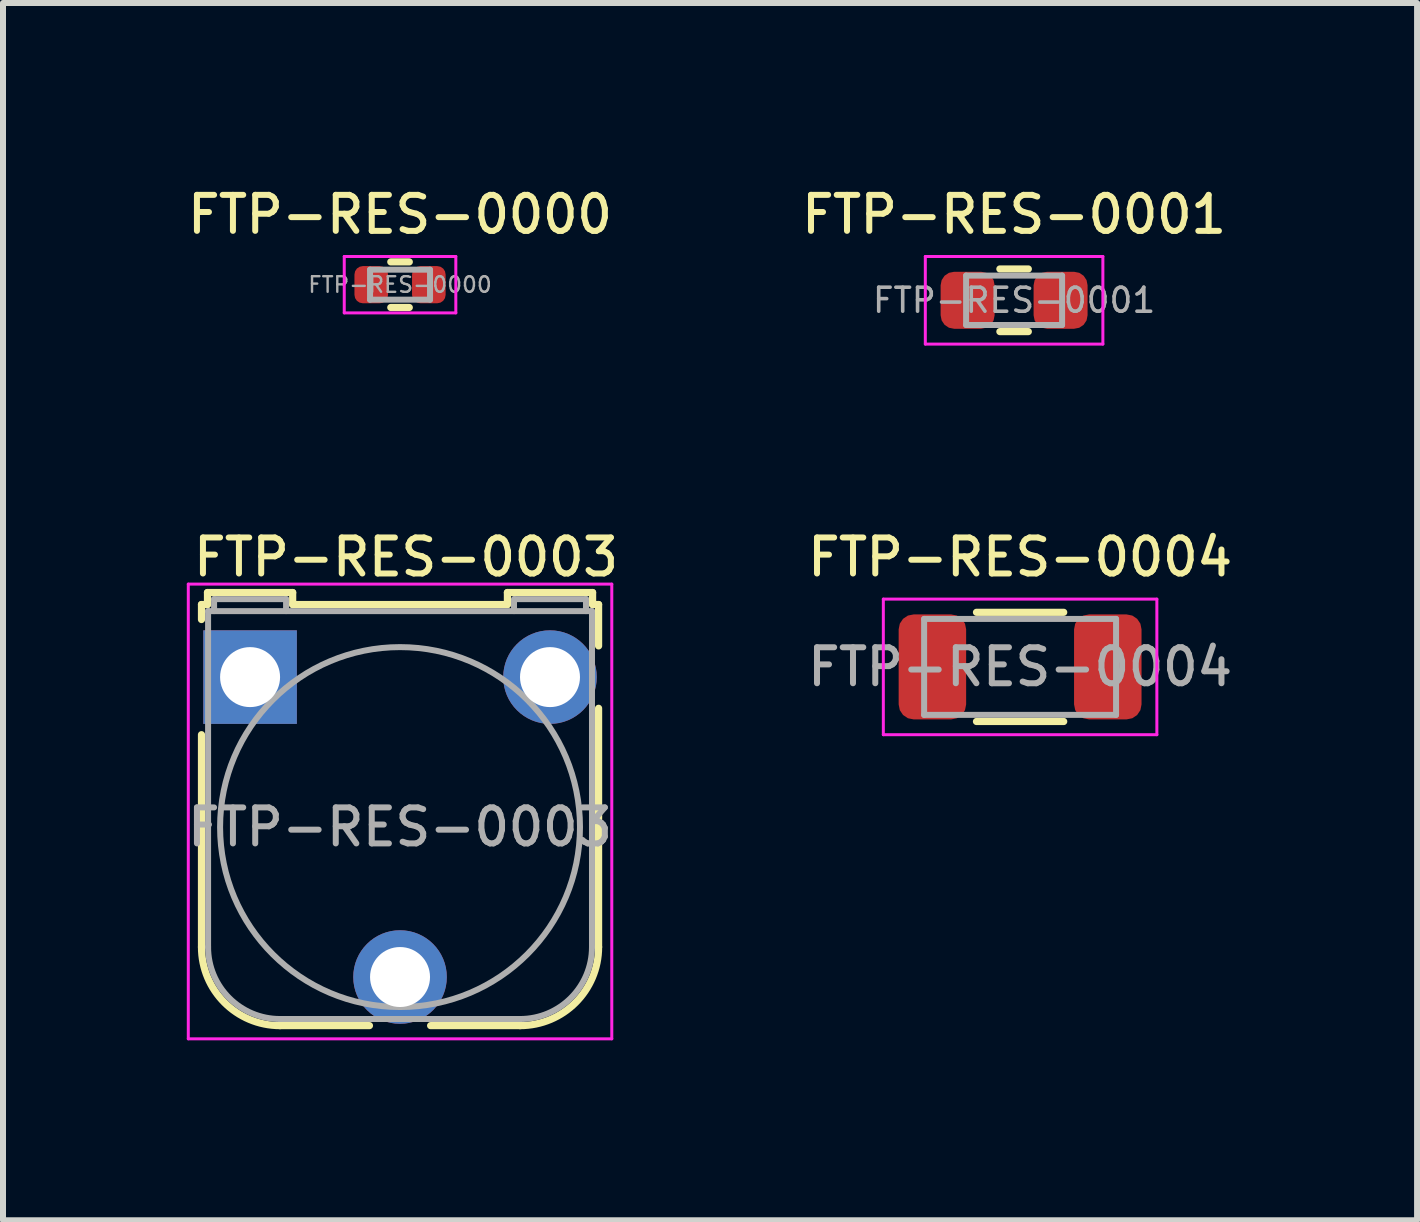
<source format=kicad_pcb>
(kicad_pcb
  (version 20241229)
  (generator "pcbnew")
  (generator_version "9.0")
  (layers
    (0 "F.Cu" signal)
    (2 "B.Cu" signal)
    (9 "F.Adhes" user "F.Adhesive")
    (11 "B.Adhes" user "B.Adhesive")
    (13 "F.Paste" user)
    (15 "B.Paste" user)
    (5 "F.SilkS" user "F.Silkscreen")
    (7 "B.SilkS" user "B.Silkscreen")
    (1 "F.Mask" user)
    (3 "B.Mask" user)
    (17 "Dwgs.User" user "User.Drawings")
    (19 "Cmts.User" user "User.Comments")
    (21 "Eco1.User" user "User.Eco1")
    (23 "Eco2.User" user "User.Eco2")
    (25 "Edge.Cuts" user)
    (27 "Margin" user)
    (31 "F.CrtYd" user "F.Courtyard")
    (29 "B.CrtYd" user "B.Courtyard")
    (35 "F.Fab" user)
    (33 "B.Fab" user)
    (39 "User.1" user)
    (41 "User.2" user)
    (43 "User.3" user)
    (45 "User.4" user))
  (footprint "FTP-RES-0003"
    (layer "F.Cu")
    (at 1.119 8.238)
    (property "Reference" "FTP-RES-0003" (at 2.6 -2 0) (layer "F.SilkS") (effects (font (size 0.6 0.6) (thickness 0.1) (bold yes))))
    (attr through_hole)
    (fp_line (start -0.81 -1.21) (end -0.81 -0.96) (stroke (width 0.12) (type solid)) (layer "F.SilkS"))
    (fp_line (start -0.81 4.5) (end -0.81 0.96) (stroke (width 0.12) (type solid)) (layer "F.SilkS"))
    (fp_line (start -0.71 -1.41) (end -0.71 -1.21) (stroke (width 0.12) (type solid)) (layer "F.SilkS"))
    (fp_line (start -0.71 -1.41) (end 0.71 -1.41) (stroke (width 0.12) (type solid)) (layer "F.SilkS"))
    (fp_line (start -0.71 -1.21) (end -0.81 -1.21) (stroke (width 0.12) (type solid)) (layer "F.SilkS"))
    (fp_line (start 0.71 -1.21) (end 0.71 -1.41) (stroke (width 0.12) (type solid)) (layer "F.SilkS"))
    (fp_line (start 0.71 -1.21) (end 4.29 -1.21) (stroke (width 0.12) (type solid)) (layer "F.SilkS"))
    (fp_line (start 1.99 5.81) (end 0.5 5.81) (stroke (width 0.12) (type solid)) (layer "F.SilkS"))
    (fp_line (start 4.29 -1.41) (end 5.71 -1.41) (stroke (width 0.12) (type solid)) (layer "F.SilkS"))
    (fp_line (start 4.29 -1.21) (end 4.29 -1.41) (stroke (width 0.12) (type solid)) (layer "F.SilkS"))
    (fp_line (start 4.5 5.81) (end 3.01 5.81) (stroke (width 0.12) (type solid)) (layer "F.SilkS"))
    (fp_line (start 5.71 -1.41) (end 5.71 -1.21) (stroke (width 0.12) (type solid)) (layer "F.SilkS"))
    (fp_line (start 5.71 -1.21) (end 5.81 -1.21) (stroke (width 0.12) (type solid)) (layer "F.SilkS"))
    (fp_line (start 5.81 -1.21) (end 5.81 -0.52) (stroke (width 0.12) (type solid)) (layer "F.SilkS"))
    (fp_line (start 5.81 0.52) (end 5.81 4.5) (stroke (width 0.12) (type solid)) (layer "F.SilkS"))
    (fp_arc (start 0.5 5.81) (mid -0.42631 5.42631) (end -0.81 4.5) (stroke (width 0.12) (type solid)) (layer "F.SilkS"))
    (fp_arc (start 5.81 4.5) (mid 5.42631 5.42631) (end 4.5 5.81) (stroke (width 0.12) (type solid)) (layer "F.SilkS"))
    (fp_line (start -1.03 -1.55) (end -1.03 6.03) (stroke (width 0.05) (type solid)) (layer "F.CrtYd"))
    (fp_line (start -1.03 -1.55) (end 6.03 -1.55) (stroke (width 0.05) (type solid)) (layer "F.CrtYd"))
    (fp_line (start 6.03 6.03) (end -1.03 6.03) (stroke (width 0.05) (type solid)) (layer "F.CrtYd"))
    (fp_line (start 6.03 6.03) (end 6.03 -1.55) (stroke (width 0.05) (type solid)) (layer "F.CrtYd"))
    (fp_line (start -0.7 4.5) (end -0.7 -1.1) (stroke (width 0.1) (type solid)) (layer "F.Fab"))
    (fp_line (start -0.6 -1.3) (end 0.6 -1.3) (stroke (width 0.1) (type solid)) (layer "F.Fab"))
    (fp_line (start -0.6 -1.1) (end -0.6 -1.3) (stroke (width 0.1) (type solid)) (layer "F.Fab"))
    (fp_line (start 0.5 5.7) (end 4.5 5.7) (stroke (width 0.1) (type solid)) (layer "F.Fab"))
    (fp_line (start 0.6 -1.3) (end 0.6 -1.1) (stroke (width 0.1) (type solid)) (layer "F.Fab"))
    (fp_line (start 4.4 -1.3) (end 4.4 -1.1) (stroke (width 0.1) (type solid)) (layer "F.Fab"))
    (fp_line (start 5.6 -1.3) (end 4.41 -1.3) (stroke (width 0.1) (type solid)) (layer "F.Fab"))
    (fp_line (start 5.6 -1.1) (end 5.6 -1.3) (stroke (width 0.1) (type solid)) (layer "F.Fab"))
    (fp_line (start 5.7 -1.1) (end -0.7 -1.1) (stroke (width 0.1) (type solid)) (layer "F.Fab"))
    (fp_line (start 5.7 4.5) (end 5.7 -1.1) (stroke (width 0.1) (type solid)) (layer "F.Fab"))
    (fp_arc (start 0.5 5.7) (mid -0.348528 5.348528) (end -0.7 4.5) (stroke (width 0.1) (type solid)) (layer "F.Fab"))
    (fp_arc (start 5.7 4.5) (mid 5.348528 5.348528) (end 4.5 5.7) (stroke (width 0.1) (type solid)) (layer "F.Fab"))
    (fp_circle (center 2.5 2.5) (end 5.5 2.5) (stroke (width 0.1) (type solid)) (fill no) (layer "F.Fab"))
    (fp_text user "${REFERENCE}" (at 2.5 2.5 0) (layer "F.Fab") (effects (font (size 0.6 0.6) (thickness 0.1) (bold yes))))
    (pad "1" thru_hole rect (at 0 0) (size 1.56 1.56) (drill 1) (layers "*.Cu" "*.Mask"))
    (pad "2" thru_hole circle (at 2.5 5) (size 1.56 1.56) (drill 1) (layers "*.Cu" "*.Mask"))
    (pad "3" thru_hole circle (at 5 0) (size 1.56 1.56) (drill 1) (layers "*.Cu" "*.Mask")))
  (footprint "FTP-RES-0001"
    (layer "F.Cu")
    (at 13.856 1.956)
    (property "Reference" "FTP-RES-0001" (at 0 -1.43 0) (layer "F.SilkS") (effects (font (size 0.6 0.6) (thickness 0.1) (bold yes))))
    (attr smd)
    (fp_line (start -0.237 -0.522) (end 0.237 -0.522) (stroke (width 0.12) (type solid)) (layer "F.SilkS"))
    (fp_line (start -0.237 0.522) (end 0.237 0.522) (stroke (width 0.12) (type solid)) (layer "F.SilkS"))
    (fp_line (start -1.48 -0.73) (end 1.48 -0.73) (stroke (width 0.05) (type solid)) (layer "F.CrtYd"))
    (fp_line (start -1.48 0.73) (end -1.48 -0.73) (stroke (width 0.05) (type solid)) (layer "F.CrtYd"))
    (fp_line (start 1.48 -0.73) (end 1.48 0.73) (stroke (width 0.05) (type solid)) (layer "F.CrtYd"))
    (fp_line (start 1.48 0.73) (end -1.48 0.73) (stroke (width 0.05) (type solid)) (layer "F.CrtYd"))
    (fp_line (start -0.8 -0.412) (end 0.8 -0.412) (stroke (width 0.1) (type solid)) (layer "F.Fab"))
    (fp_line (start -0.8 0.412) (end -0.8 -0.412) (stroke (width 0.1) (type solid)) (layer "F.Fab"))
    (fp_line (start 0.8 -0.412) (end 0.8 0.412) (stroke (width 0.1) (type solid)) (layer "F.Fab"))
    (fp_line (start 0.8 0.412) (end -0.8 0.412) (stroke (width 0.1) (type solid)) (layer "F.Fab"))
    (fp_text user "${REFERENCE}" (at 0 0 0) (layer "F.Fab") (effects (font (size 0.4 0.4) (thickness 0.06))))
    (pad "1" smd roundrect (at -0.775 0) (size 0.9 0.95) (layers "F.Cu" "F.Mask" "F.Paste") (roundrect_rratio 0.25))
    (pad "2" smd roundrect (at 0.775 0) (size 0.9 0.95) (layers "F.Cu" "F.Mask" "F.Paste") (roundrect_rratio 0.25)))
  (footprint "FTP-RES-0000"
    (layer "F.Cu")
    (at 3.619 1.696)
    (property "Reference" "FTP-RES-0000" (at 0 -1.17 0) (layer "F.SilkS") (effects (font (size 0.6 0.6) (thickness 0.1) (bold yes))))
    (attr smd)
    (fp_line (start -0.154 -0.38) (end 0.154 -0.38) (stroke (width 0.12) (type solid)) (layer "F.SilkS"))
    (fp_line (start -0.154 0.38) (end 0.154 0.38) (stroke (width 0.12) (type solid)) (layer "F.SilkS"))
    (fp_line (start -0.93 -0.47) (end 0.93 -0.47) (stroke (width 0.05) (type solid)) (layer "F.CrtYd"))
    (fp_line (start -0.93 0.47) (end -0.93 -0.47) (stroke (width 0.05) (type solid)) (layer "F.CrtYd"))
    (fp_line (start 0.93 -0.47) (end 0.93 0.47) (stroke (width 0.05) (type solid)) (layer "F.CrtYd"))
    (fp_line (start 0.93 0.47) (end -0.93 0.47) (stroke (width 0.05) (type solid)) (layer "F.CrtYd"))
    (fp_line (start -0.5 -0.25) (end 0.5 -0.25) (stroke (width 0.1) (type solid)) (layer "F.Fab"))
    (fp_line (start -0.5 0.25) (end -0.5 -0.25) (stroke (width 0.1) (type solid)) (layer "F.Fab"))
    (fp_line (start 0.5 -0.25) (end 0.5 0.25) (stroke (width 0.1) (type solid)) (layer "F.Fab"))
    (fp_line (start 0.5 0.25) (end -0.5 0.25) (stroke (width 0.1) (type solid)) (layer "F.Fab"))
    (fp_text user "${REFERENCE}" (at 0 0 0) (layer "F.Fab") (effects (font (size 0.26 0.26) (thickness 0.04))))
    (pad "1" smd roundrect (at -0.48 0) (size 0.56 0.62) (layers "F.Cu" "F.Mask" "F.Paste") (roundrect_rratio 0.25))
    (pad "2" smd roundrect (at 0.48 0) (size 0.56 0.62) (layers "F.Cu" "F.Mask" "F.Paste") (roundrect_rratio 0.25)))
  (footprint "FTP-RES-0004"
    (layer "F.Cu")
    (at 13.956 8.068)
    (property "Reference" "FTP-RES-0004" (at 0 -1.83 0) (layer "F.SilkS") (effects (font (size 0.6 0.6) (thickness 0.1) (bold yes))))
    (attr smd)
    (fp_line (start -0.727 -0.91) (end 0.727 -0.91) (stroke (width 0.12) (type solid)) (layer "F.SilkS"))
    (fp_line (start -0.727 0.91) (end 0.727 0.91) (stroke (width 0.12) (type solid)) (layer "F.SilkS"))
    (fp_line (start -2.28 -1.13) (end 2.28 -1.13) (stroke (width 0.05) (type solid)) (layer "F.CrtYd"))
    (fp_line (start -2.28 1.13) (end -2.28 -1.13) (stroke (width 0.05) (type solid)) (layer "F.CrtYd"))
    (fp_line (start 2.28 -1.13) (end 2.28 1.13) (stroke (width 0.05) (type solid)) (layer "F.CrtYd"))
    (fp_line (start 2.28 1.13) (end -2.28 1.13) (stroke (width 0.05) (type solid)) (layer "F.CrtYd"))
    (fp_line (start -1.6 -0.8) (end 1.6 -0.8) (stroke (width 0.1) (type solid)) (layer "F.Fab"))
    (fp_line (start -1.6 0.8) (end -1.6 -0.8) (stroke (width 0.1) (type solid)) (layer "F.Fab"))
    (fp_line (start 1.6 -0.8) (end 1.6 0.8) (stroke (width 0.1) (type solid)) (layer "F.Fab"))
    (fp_line (start 1.6 0.8) (end -1.6 0.8) (stroke (width 0.1) (type solid)) (layer "F.Fab"))
    (fp_text user "${REFERENCE}" (at 0 0 0) (layer "F.Fab") (effects (font (size 0.6 0.6) (thickness 0.1) (bold yes))))
    (pad "1" smd roundrect (at -1.462 0) (size 1.125 1.75) (layers "F.Cu" "F.Mask" "F.Paste") (roundrect_rratio 0.222))
    (pad "2" smd roundrect (at 1.462 0) (size 1.125 1.75) (layers "F.Cu" "F.Mask" "F.Paste") (roundrect_rratio 0.222)))
  (gr_rect
    (start -3 -3)
    (end 20.574 17.293)
    (stroke (width 0.1) (type default))
    (fill no)
    (layer "Edge.Cuts")))
</source>
